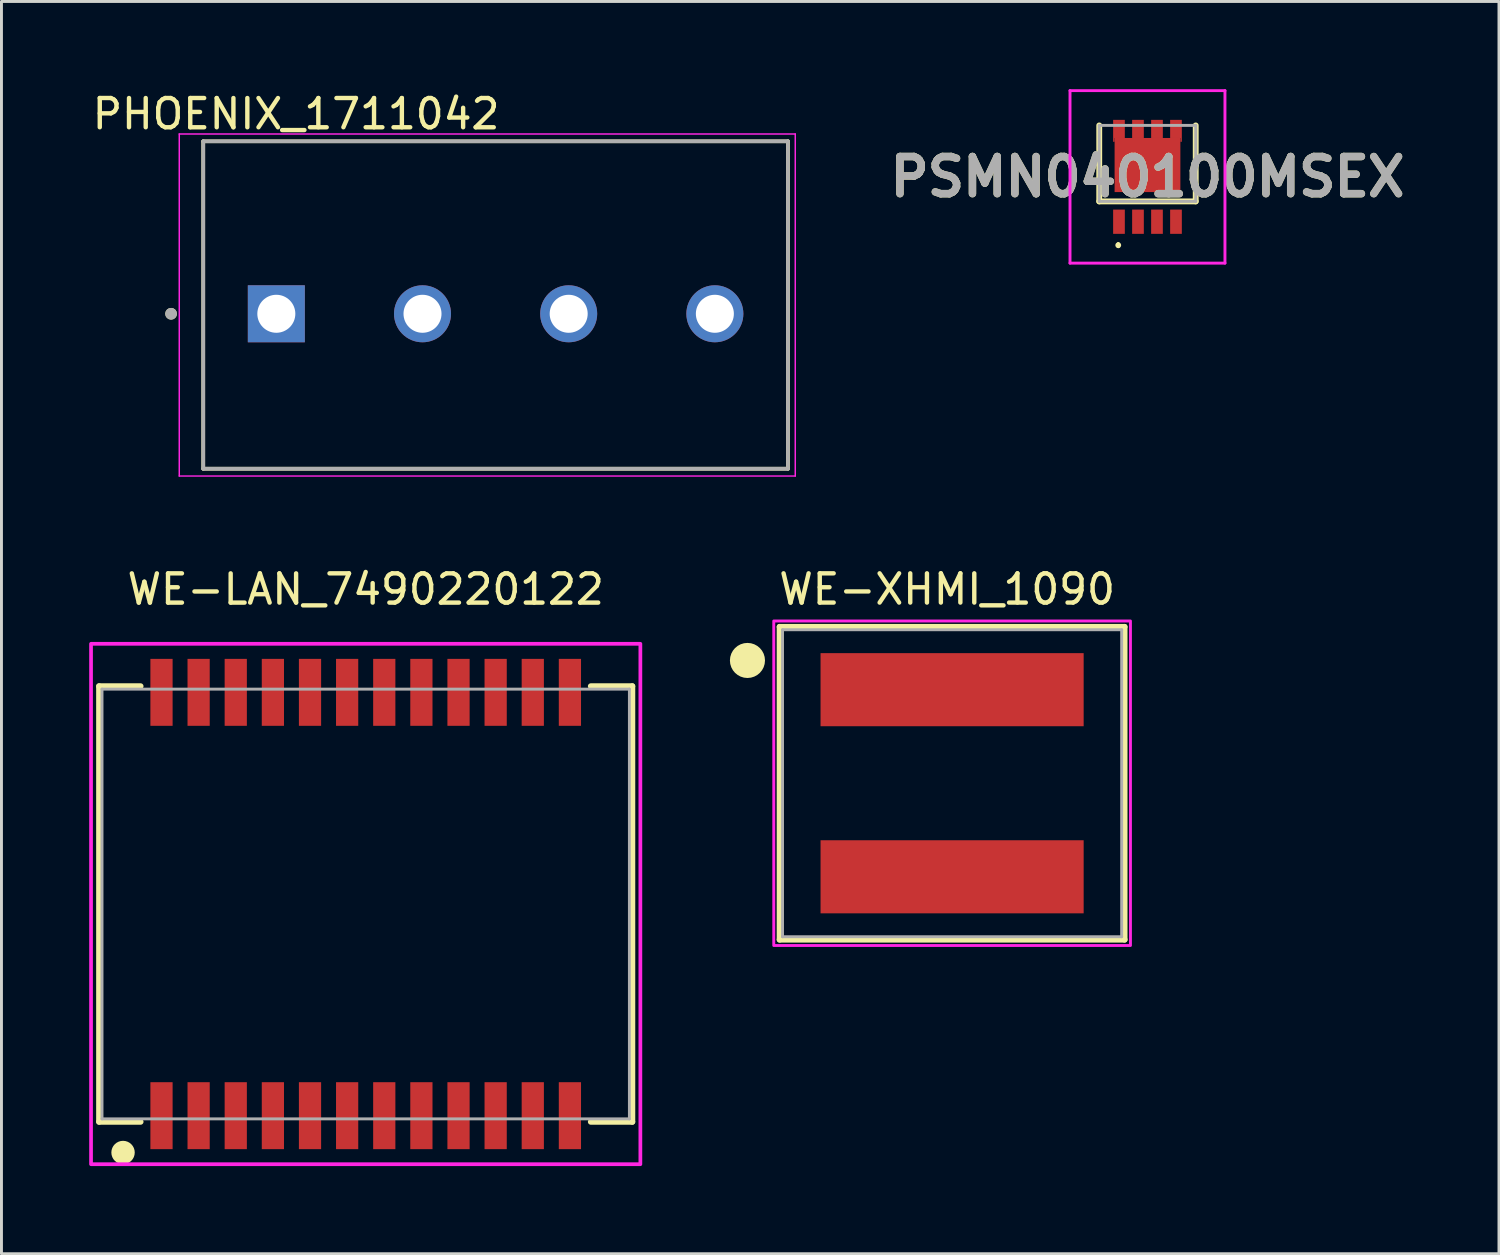
<source format=kicad_pcb>
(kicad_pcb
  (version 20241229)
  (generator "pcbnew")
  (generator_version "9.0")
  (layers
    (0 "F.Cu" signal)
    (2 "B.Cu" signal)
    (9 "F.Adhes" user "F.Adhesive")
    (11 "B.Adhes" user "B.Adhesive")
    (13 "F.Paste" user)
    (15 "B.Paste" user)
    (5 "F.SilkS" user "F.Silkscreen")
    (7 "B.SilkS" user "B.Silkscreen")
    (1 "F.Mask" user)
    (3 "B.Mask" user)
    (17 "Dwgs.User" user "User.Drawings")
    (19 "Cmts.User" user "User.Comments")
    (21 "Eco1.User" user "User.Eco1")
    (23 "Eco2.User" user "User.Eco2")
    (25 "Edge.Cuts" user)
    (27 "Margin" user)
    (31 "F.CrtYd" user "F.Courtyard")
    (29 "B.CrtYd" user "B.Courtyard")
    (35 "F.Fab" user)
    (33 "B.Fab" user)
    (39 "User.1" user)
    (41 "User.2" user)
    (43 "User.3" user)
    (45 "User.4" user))
  (footprint "PHOENIX_1711042"
    (layer "F.Cu")
    (at 3.902 12.983)
    (property "Reference" "PHOENIX_1711042" (at 3.175 -12.135 0) (layer "F.SilkS") (effects (font (size 1 1) (thickness 0.15))))
    (attr through_hole)
    (fp_line (start 0 -11.2) (end 0 0) (stroke (width 0.127) (type solid)) (layer "F.SilkS"))
    (fp_line (start 0 0) (end 20 0) (stroke (width 0.127) (type solid)) (layer "F.SilkS"))
    (fp_line (start 20 -11.2) (end 0 -11.2) (stroke (width 0.127) (type solid)) (layer "F.SilkS"))
    (fp_line (start 20 0) (end 20 -11.2) (stroke (width 0.127) (type solid)) (layer "F.SilkS"))
    (fp_circle (center -1.1 -5.3) (end -1 -5.3) (stroke (width 0.2) (type solid)) (fill no) (layer "F.SilkS"))
    (fp_line (start -0.82 -11.45) (end -0.82 0.25) (stroke (width 0.05) (type solid)) (layer "F.CrtYd"))
    (fp_line (start -0.82 0.25) (end 20.25 0.25) (stroke (width 0.05) (type solid)) (layer "F.CrtYd"))
    (fp_line (start 20.25 -11.45) (end -0.82 -11.45) (stroke (width 0.05) (type solid)) (layer "F.CrtYd"))
    (fp_line (start 20.25 0.25) (end 20.25 -11.45) (stroke (width 0.05) (type solid)) (layer "F.CrtYd"))
    (fp_line (start 0 -11.2) (end 0 0) (stroke (width 0.127) (type solid)) (layer "F.Fab"))
    (fp_line (start 0 0) (end 20 0) (stroke (width 0.127) (type solid)) (layer "F.Fab"))
    (fp_line (start 20 -11.2) (end 0 -11.2) (stroke (width 0.127) (type solid)) (layer "F.Fab"))
    (fp_line (start 20 0) (end 20 -11.2) (stroke (width 0.127) (type solid)) (layer "F.Fab"))
    (fp_circle (center -1.1 -5.3) (end -1 -5.3) (stroke (width 0.2) (type solid)) (fill no) (layer "F.Fab"))
    (pad "1" thru_hole rect (at 2.5 -5.3) (size 1.95 1.95) (drill 1.3) (layers "*.Cu" "*.Mask"))
    (pad "2" thru_hole circle (at 7.5 -5.3) (size 1.95 1.95) (drill 1.3) (layers "*.Cu" "*.Mask"))
    (pad "3" thru_hole circle (at 12.5 -5.3) (size 1.95 1.95) (drill 1.3) (layers "*.Cu" "*.Mask"))
    (pad "4" thru_hole circle (at 17.5 -5.3) (size 1.95 1.95) (drill 1.3) (layers "*.Cu" "*.Mask")))
  (footprint "WE-LAN_7490220122"
    (layer "F.Cu")
    (at 9.459 27.872)
    (property "Reference" "WE-LAN_7490220122" (at 0 -10.765 0) (layer "F.SilkS") (effects (font (size 1 1) (thickness 0.15))))
    (attr smd)
    (fp_line (start -9.12 -7.45) (end -7.7 -7.45) (stroke (width 0.2) (type solid)) (layer "F.SilkS"))
    (fp_line (start -9.12 7.45) (end -9.12 -7.45) (stroke (width 0.2) (type solid)) (layer "F.SilkS"))
    (fp_line (start -9.12 7.45) (end -7.7 7.45) (stroke (width 0.2) (type solid)) (layer "F.SilkS"))
    (fp_line (start 9.12 -7.45) (end 7.7 -7.45) (stroke (width 0.2) (type solid)) (layer "F.SilkS"))
    (fp_line (start 9.12 -7.45) (end 9.12 7.45) (stroke (width 0.2) (type solid)) (layer "F.SilkS"))
    (fp_line (start 9.12 7.45) (end 7.7 7.45) (stroke (width 0.2) (type solid)) (layer "F.SilkS"))
    (fp_circle (center -8.3 8.5) (end -8.1 8.5) (stroke (width 0.4) (type solid)) (fill no) (layer "F.SilkS"))
    (fp_poly (pts (xy -9.395 8.9) (xy -9.395 -8.9) (xy 9.395 -8.9) (xy 9.395 8.9)) (stroke (width 0.127) (type solid)) (fill no) (layer "F.CrtYd"))
    (fp_line (start -9.02 -7.35) (end 9.02 -7.35) (stroke (width 0.1) (type solid)) (layer "F.Fab"))
    (fp_line (start -9.02 7.35) (end -9.02 -7.35) (stroke (width 0.1) (type solid)) (layer "F.Fab"))
    (fp_line (start 9.02 -7.35) (end 9.02 7.35) (stroke (width 0.1) (type solid)) (layer "F.Fab"))
    (fp_line (start 9.02 7.35) (end -9.02 7.35) (stroke (width 0.1) (type solid)) (layer "F.Fab"))
    (pad "1" smd rect (at -6.985 7.24) (size 0.76 2.29) (layers "F.Cu" "F.Mask" "F.Paste"))
    (pad "2" smd rect (at -5.715 7.24) (size 0.76 2.29) (layers "F.Cu" "F.Mask" "F.Paste"))
    (pad "3" smd rect (at -4.445 7.24) (size 0.76 2.29) (layers "F.Cu" "F.Mask" "F.Paste"))
    (pad "4" smd rect (at -3.175 7.24) (size 0.76 2.29) (layers "F.Cu" "F.Mask" "F.Paste"))
    (pad "5" smd rect (at -1.905 7.24) (size 0.76 2.29) (layers "F.Cu" "F.Mask" "F.Paste"))
    (pad "6" smd rect (at -0.635 7.24) (size 0.76 2.29) (layers "F.Cu" "F.Mask" "F.Paste"))
    (pad "7" smd rect (at 0.635 7.24) (size 0.76 2.29) (layers "F.Cu" "F.Mask" "F.Paste"))
    (pad "8" smd rect (at 1.905 7.24) (size 0.76 2.29) (layers "F.Cu" "F.Mask" "F.Paste"))
    (pad "9" smd rect (at 3.175 7.24) (size 0.76 2.29) (layers "F.Cu" "F.Mask" "F.Paste"))
    (pad "10" smd rect (at 4.445 7.24) (size 0.76 2.29) (layers "F.Cu" "F.Mask" "F.Paste"))
    (pad "11" smd rect (at 5.715 7.24) (size 0.76 2.29) (layers "F.Cu" "F.Mask" "F.Paste"))
    (pad "12" smd rect (at 6.985 7.24) (size 0.76 2.29) (layers "F.Cu" "F.Mask" "F.Paste"))
    (pad "13" smd rect (at 6.985 -7.24) (size 0.76 2.29) (layers "F.Cu" "F.Mask" "F.Paste"))
    (pad "14" smd rect (at 5.715 -7.24) (size 0.76 2.29) (layers "F.Cu" "F.Mask" "F.Paste"))
    (pad "15" smd rect (at 4.445 -7.24) (size 0.76 2.29) (layers "F.Cu" "F.Mask" "F.Paste"))
    (pad "16" smd rect (at 3.175 -7.24) (size 0.76 2.29) (layers "F.Cu" "F.Mask" "F.Paste"))
    (pad "17" smd rect (at 1.905 -7.24) (size 0.76 2.29) (layers "F.Cu" "F.Mask" "F.Paste"))
    (pad "18" smd rect (at 0.635 -7.24) (size 0.76 2.29) (layers "F.Cu" "F.Mask" "F.Paste"))
    (pad "19" smd rect (at -0.635 -7.24) (size 0.76 2.29) (layers "F.Cu" "F.Mask" "F.Paste"))
    (pad "20" smd rect (at -1.905 -7.24) (size 0.76 2.29) (layers "F.Cu" "F.Mask" "F.Paste"))
    (pad "21" smd rect (at -3.175 -7.24) (size 0.76 2.29) (layers "F.Cu" "F.Mask" "F.Paste"))
    (pad "22" smd rect (at -4.445 -7.24) (size 0.76 2.29) (layers "F.Cu" "F.Mask" "F.Paste"))
    (pad "23" smd rect (at -5.715 -7.24) (size 0.76 2.29) (layers "F.Cu" "F.Mask" "F.Paste"))
    (pad "24" smd rect (at -6.985 -7.24) (size 0.76 2.29) (layers "F.Cu" "F.Mask" "F.Paste"))
    (zone (net_name "") (layer "F.Cu") (hatch full 0.508) (connect_pads) (min_thickness 0.1) (filled_areas_thickness no) (keepout (tracks not_allowed) (vias not_allowed) (pads not_allowed) (copperpour not_allowed) (footprints allowed)) (placement (enabled no)) (fill) (polygon (pts (xy 0.558 33.672) (xy 0.558 22.072) (xy 18.358 22.072) (xy 18.358 33.672))))
    (zone (net_name "") (layers "F.Cu" "B.Cu") (hatch full 0.508) (connect_pads) (min_thickness 0.1) (filled_areas_thickness no) (keepout (tracks allowed) (vias not_allowed) (pads allowed) (copperpour allowed) (footprints allowed)) (placement (enabled no)) (fill) (polygon (pts (xy 0.558 33.672) (xy 0.558 22.072) (xy 18.358 22.072) (xy 18.358 33.672)))))
  (footprint "WE-XHMI_1090"
    (layer "F.Cu")
    (at 29.517 23.741)
    (property "Reference" "WE-XHMI_1090" (at -0.17 -6.635 0) (layer "F.SilkS") (effects (font (size 1 1) (thickness 0.15))))
    (attr smd)
    (fp_line (start -5.9 -5.35) (end 5.9 -5.35) (stroke (width 0.2) (type solid)) (layer "F.SilkS"))
    (fp_line (start -5.9 5.35) (end -5.9 -5.35) (stroke (width 0.2) (type solid)) (layer "F.SilkS"))
    (fp_line (start 5.9 -5.35) (end 5.9 5.35) (stroke (width 0.2) (type solid)) (layer "F.SilkS"))
    (fp_line (start 5.9 5.35) (end -5.9 5.35) (stroke (width 0.2) (type solid)) (layer "F.SilkS"))
    (fp_circle (center -7 -4.2) (end -6.7 -4.2) (stroke (width 0.6) (type solid)) (fill no) (layer "F.SilkS"))
    (fp_poly (pts (xy -6.1 -5.55) (xy 6.1 -5.55) (xy 6.1 5.55) (xy -6.1 5.55)) (stroke (width 0.1) (type solid)) (fill no) (layer "F.CrtYd"))
    (fp_line (start -5.8 -5.25) (end 5.8 -5.25) (stroke (width 0.1) (type solid)) (layer "F.Fab"))
    (fp_line (start -5.8 5.25) (end -5.8 -5.25) (stroke (width 0.1) (type solid)) (layer "F.Fab"))
    (fp_line (start -5.8 5.25) (end 5.8 5.25) (stroke (width 0.1) (type solid)) (layer "F.Fab"))
    (fp_line (start 5.8 -5.25) (end 5.8 5.25) (stroke (width 0.1) (type solid)) (layer "F.Fab"))
    (pad "1" smd rect (at 0 -3.2) (size 9 2.5) (layers "F.Cu" "F.Mask" "F.Paste"))
    (pad "2" smd rect (at 0 3.2) (size 9 2.5) (layers "F.Cu" "F.Mask" "F.Paste"))
    (zone (net_name "") (layer "F.Cu") (hatch full 0.508) (connect_pads) (min_thickness 0.1) (filled_areas_thickness no) (keepout (tracks not_allowed) (vias not_allowed) (pads not_allowed) (copperpour not_allowed) (footprints allowed)) (placement (enabled no)) (fill) (polygon (pts (xy 23.817 21.841) (xy 35.217 21.841) (xy 35.217 25.642) (xy 23.817 25.642))))
    (zone (net_name "") (layers "F.Cu" "B.Cu") (hatch full 0.508) (connect_pads) (min_thickness 0.1) (filled_areas_thickness no) (keepout (tracks allowed) (vias not_allowed) (pads allowed) (copperpour allowed) (footprints allowed)) (placement (enabled no)) (fill) (polygon (pts (xy 23.817 21.841) (xy 35.217 21.841) (xy 35.217 25.642) (xy 23.817 25.642)))))
  (footprint "PSMN040100MSEX"
    (layer "F.Cu")
    (at 36.2 2.887)
    (property "Reference" "PSMN040100MSEX" (at 0 0.113 0) (layer "F.SilkS") (effects (font (size 1.27 1.27) (thickness 0.254))))
    (attr smd)
    (fp_line (start -1.65 -1.647) (end -1.65 0.952) (stroke (width 0.2) (type solid)) (layer "F.SilkS"))
    (fp_line (start -1.65 0.952) (end 1.65 0.952) (stroke (width 0.2) (type solid)) (layer "F.SilkS"))
    (fp_line (start -1 2.4) (end -1 2.4) (stroke (width 0.1) (type solid)) (layer "F.SilkS"))
    (fp_line (start -1 2.5) (end -1 2.5) (stroke (width 0.1) (type solid)) (layer "F.SilkS"))
    (fp_line (start 1.65 0.952) (end 1.65 -1.647) (stroke (width 0.2) (type solid)) (layer "F.SilkS"))
    (fp_arc (start -1 2.4) (mid -0.95 2.45) (end -1 2.5) (stroke (width 0.1) (type solid)) (layer "F.SilkS"))
    (fp_arc (start -1 2.5) (mid -1.05 2.45) (end -1 2.4) (stroke (width 0.1) (type solid)) (layer "F.SilkS"))
    (fp_line (start -2.65 -2.837) (end 2.65 -2.837) (stroke (width 0.1) (type solid)) (layer "F.CrtYd"))
    (fp_line (start -2.65 3.063) (end -2.65 -2.837) (stroke (width 0.1) (type solid)) (layer "F.CrtYd"))
    (fp_line (start 2.65 -2.837) (end 2.65 3.063) (stroke (width 0.1) (type solid)) (layer "F.CrtYd"))
    (fp_line (start 2.65 3.063) (end -2.65 3.063) (stroke (width 0.1) (type solid)) (layer "F.CrtYd"))
    (fp_line (start -1.65 -1.647) (end 1.65 -1.647) (stroke (width 0.1) (type solid)) (layer "F.Fab"))
    (fp_line (start -1.65 0.952) (end -1.65 -1.647) (stroke (width 0.1) (type solid)) (layer "F.Fab"))
    (fp_line (start 1.65 -1.647) (end 1.65 0.952) (stroke (width 0.1) (type solid)) (layer "F.Fab"))
    (fp_line (start 1.65 0.952) (end -1.65 0.952) (stroke (width 0.1) (type solid)) (layer "F.Fab"))
    (fp_text user "${REFERENCE}" (at 0 0.113 0) (layer "F.Fab") (effects (font (size 1.27 1.27) (thickness 0.254))))
    (pad "1" smd rect (at -0.975 1.647) (size 0.4 0.83) (layers "F.Cu" "F.Mask" "F.Paste"))
    (pad "2" smd rect (at -0.325 1.647) (size 0.4 0.83) (layers "F.Cu" "F.Mask" "F.Paste"))
    (pad "3" smd rect (at 0.325 1.647) (size 0.4 0.83) (layers "F.Cu" "F.Mask" "F.Paste"))
    (pad "4" smd rect (at 0.975 1.647) (size 0.4 0.83) (layers "F.Cu" "F.Mask" "F.Paste"))
    (pad "5" smd rect (at 0.975 -1.527) (size 0.4 0.62) (layers "F.Cu" "F.Mask" "F.Paste"))
    (pad "6" smd rect (at 0.325 -1.527) (size 0.4 0.62) (layers "F.Cu" "F.Mask" "F.Paste"))
    (pad "7" smd rect (at -0.325 -1.527) (size 0.4 0.62) (layers "F.Cu" "F.Mask" "F.Paste"))
    (pad "8" smd rect (at -0.975 -1.527) (size 0.4 0.62) (layers "F.Cu" "F.Mask" "F.Paste"))
    (pad "9" smd rect (at 0 -0.292 90) (size 1.85 2.25) (layers "F.Cu" "F.Mask" "F.Paste"))
    (pad "10" smd rect (at 1.15 -1.152) (size 0.05 0.13) (layers "F.Cu" "F.Mask" "F.Paste"))
    (pad "11" smd rect (at -1.15 -1.152) (size 0.05 0.13) (layers "F.Cu" "F.Mask" "F.Paste")))
  (gr_rect
    (start -3 -3)
    (end 48.223 39.835)
    (stroke (width 0.1) (type default))
    (fill no)
    (layer "Edge.Cuts")))
</source>
